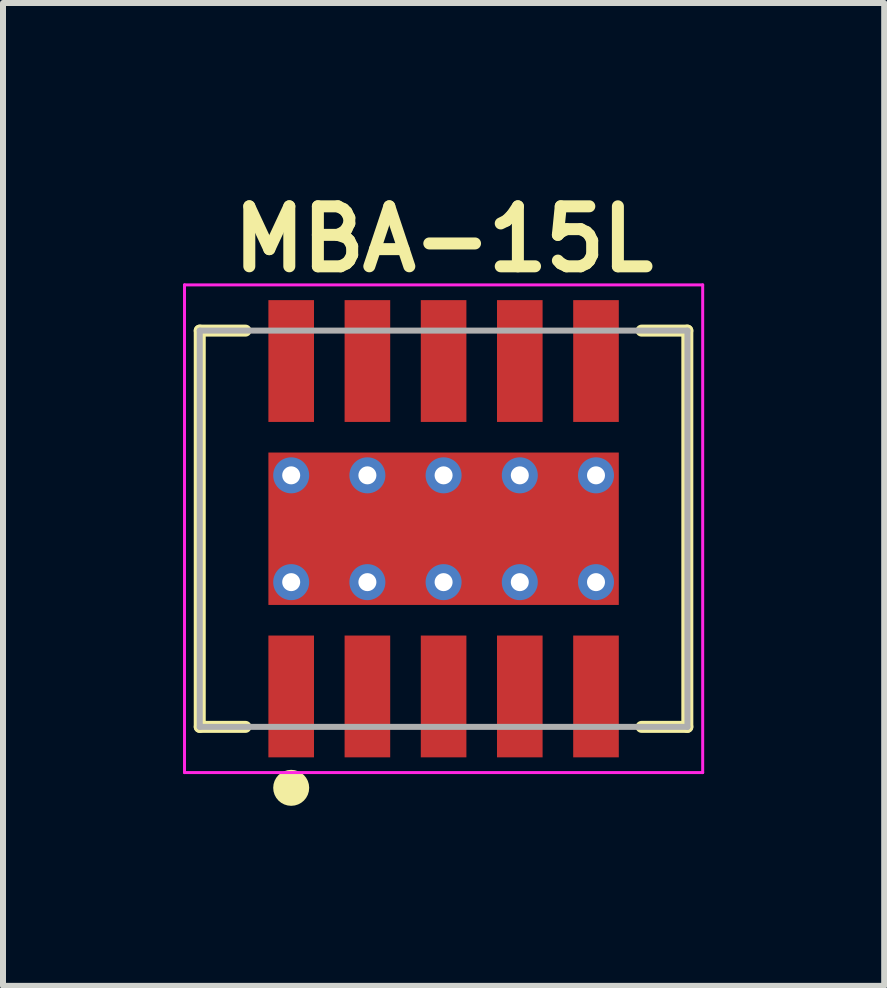
<source format=kicad_pcb>
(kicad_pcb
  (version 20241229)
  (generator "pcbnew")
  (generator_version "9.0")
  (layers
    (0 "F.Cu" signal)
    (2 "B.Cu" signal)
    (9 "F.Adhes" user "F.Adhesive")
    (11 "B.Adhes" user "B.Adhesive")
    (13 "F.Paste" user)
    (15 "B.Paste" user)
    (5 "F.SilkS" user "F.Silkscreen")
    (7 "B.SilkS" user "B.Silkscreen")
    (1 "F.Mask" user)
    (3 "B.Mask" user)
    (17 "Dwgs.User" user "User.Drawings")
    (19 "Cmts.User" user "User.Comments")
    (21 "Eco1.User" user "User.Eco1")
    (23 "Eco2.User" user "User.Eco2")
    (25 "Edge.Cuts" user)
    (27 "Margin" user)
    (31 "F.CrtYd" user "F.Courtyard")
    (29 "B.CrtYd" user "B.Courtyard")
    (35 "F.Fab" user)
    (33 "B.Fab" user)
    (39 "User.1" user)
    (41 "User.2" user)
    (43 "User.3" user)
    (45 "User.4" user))
  (footprint "MBA-15L"
    (layer "F.Cu")
    (at 1.803 8.557)
    (property "Reference" "MBA-15L" (at 2.54 -7.621 0) (layer "F.SilkS") (effects (font (size 1 1) (thickness 0.2))))
    (attr through_hole)
    (fp_line (start -1.524 -6.097) (end -1.524 0.507) (stroke (width 0.2) (type solid)) (layer "F.SilkS"))
    (fp_line (start -1.524 0.507) (end -0.762 0.507) (stroke (width 0.2) (type solid)) (layer "F.SilkS"))
    (fp_line (start -0.762 -6.097) (end -1.524 -6.097) (stroke (width 0.2) (type solid)) (layer "F.SilkS"))
    (fp_line (start 5.84 -6.097) (end 6.602 -6.097) (stroke (width 0.2) (type solid)) (layer "F.SilkS"))
    (fp_line (start 6.602 -6.097) (end 6.602 0.507) (stroke (width 0.2) (type solid)) (layer "F.SilkS"))
    (fp_line (start 6.602 0.507) (end 5.84 0.507) (stroke (width 0.2) (type solid)) (layer "F.SilkS"))
    (fp_circle (center 0 1.523) (end 0.15 1.523) (stroke (width 0.3) (type solid)) (fill no) (layer "F.SilkS"))
    (fp_line (start -1.778 -6.859) (end 6.858 -6.859) (stroke (width 0.05) (type solid)) (layer "F.CrtYd"))
    (fp_line (start -1.778 1.269) (end -1.778 -6.859) (stroke (width 0.05) (type solid)) (layer "F.CrtYd"))
    (fp_line (start 6.858 -6.859) (end 6.858 1.269) (stroke (width 0.05) (type solid)) (layer "F.CrtYd"))
    (fp_line (start 6.858 1.269) (end -1.778 1.269) (stroke (width 0.05) (type solid)) (layer "F.CrtYd"))
    (fp_line (start -1.524 -6.097) (end 6.604 -6.097) (stroke (width 0.1) (type solid)) (layer "F.Fab"))
    (fp_line (start -1.524 0.507) (end -1.524 -6.097) (stroke (width 0.1) (type solid)) (layer "F.Fab"))
    (fp_line (start 6.604 -6.097) (end 6.604 0.507) (stroke (width 0.1) (type solid)) (layer "F.Fab"))
    (fp_line (start 6.604 0.507) (end -1.524 0.507) (stroke (width 0.1) (type solid)) (layer "F.Fab"))
    (pad "1" thru_hole circle (at 0 -3.685) (size 0.6 0.6) (drill 0.3) (layers "*.Cu"))
    (pad "1" thru_hole circle (at 0 -1.905) (size 0.6 0.6) (drill 0.3) (layers "*.Cu"))
    (pad "1" smd rect (at 0 0) (size 0.76 2.03) (layers "F.Cu" "F.Mask" "F.Paste"))
    (pad "1" thru_hole circle (at 1.27 -3.685) (size 0.6 0.6) (drill 0.3) (layers "*.Cu"))
    (pad "1" thru_hole circle (at 1.27 -1.905) (size 0.6 0.6) (drill 0.3) (layers "*.Cu"))
    (pad "1" thru_hole circle (at 2.54 -3.685) (size 0.6 0.6) (drill 0.3) (layers "*.Cu"))
    (pad "1" smd rect (at 2.54 -2.795) (size 5.84 2.54) (layers "F.Cu" "F.Mask" "F.Paste"))
    (pad "1" thru_hole circle (at 2.54 -1.905) (size 0.6 0.6) (drill 0.3) (layers "*.Cu"))
    (pad "1" thru_hole circle (at 3.81 -3.685) (size 0.6 0.6) (drill 0.3) (layers "*.Cu"))
    (pad "1" thru_hole circle (at 3.81 -1.905) (size 0.6 0.6) (drill 0.3) (layers "*.Cu"))
    (pad "1" thru_hole circle (at 5.08 -3.685) (size 0.6 0.6) (drill 0.3) (layers "*.Cu"))
    (pad "1" thru_hole circle (at 5.08 -1.905) (size 0.6 0.6) (drill 0.3) (layers "*.Cu"))
    (pad "2" smd rect (at 1.27 0) (size 0.76 2.03) (layers "F.Cu" "F.Mask" "F.Paste"))
    (pad "3" smd rect (at 2.54 0) (size 0.76 2.03) (layers "F.Cu" "F.Mask" "F.Paste"))
    (pad "4" smd rect (at 3.81 0) (size 0.76 2.03) (layers "F.Cu" "F.Mask" "F.Paste"))
    (pad "5" smd rect (at 5.08 0) (size 0.76 2.03) (layers "F.Cu" "F.Mask" "F.Paste"))
    (pad "6" smd rect (at 5.08 -5.59) (size 0.76 2.03) (layers "F.Cu" "F.Mask" "F.Paste"))
    (pad "7" smd rect (at 3.81 -5.59) (size 0.76 2.03) (layers "F.Cu" "F.Mask" "F.Paste"))
    (pad "8" smd rect (at 2.54 -5.59) (size 0.76 2.03) (layers "F.Cu" "F.Mask" "F.Paste"))
    (pad "9" smd rect (at 1.27 -5.59) (size 0.76 2.03) (layers "F.Cu" "F.Mask" "F.Paste"))
    (pad "10" smd rect (at 0 -5.59) (size 0.76 2.03) (layers "F.Cu" "F.Mask" "F.Paste")))
  (gr_rect
    (start -3 -3)
    (end 11.686 13.38)
    (stroke (width 0.1) (type default))
    (fill no)
    (layer "Edge.Cuts")))
</source>
